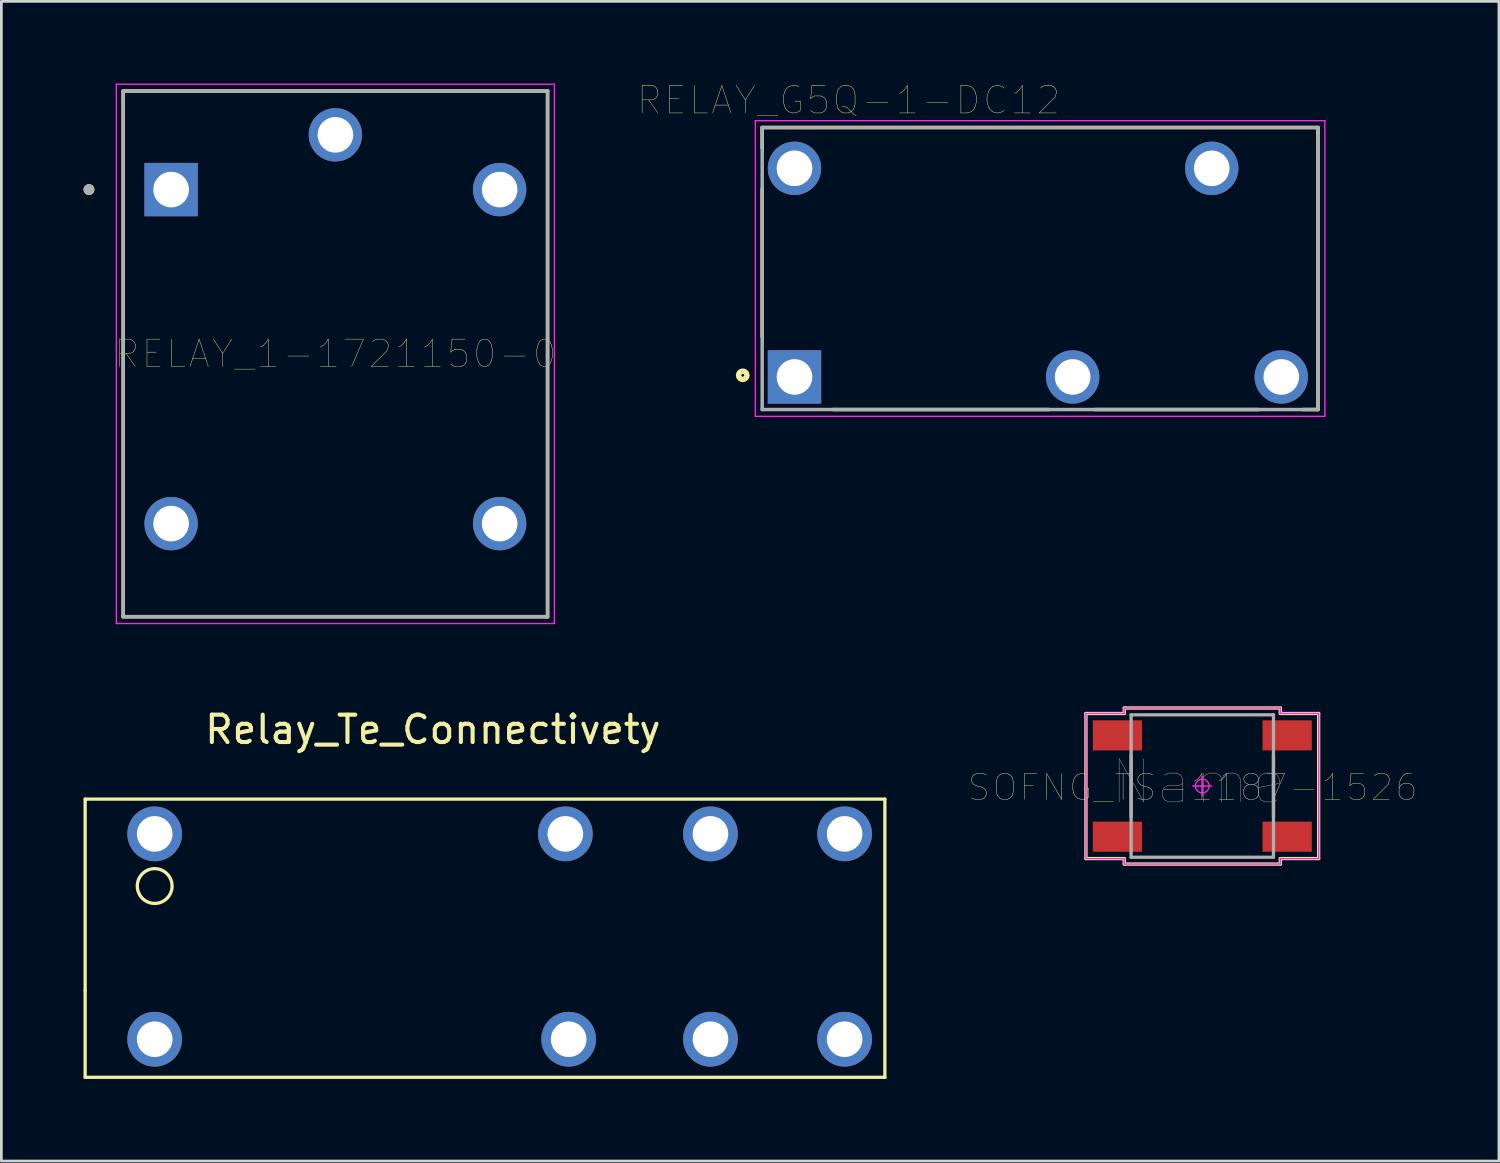
<source format=kicad_pcb>
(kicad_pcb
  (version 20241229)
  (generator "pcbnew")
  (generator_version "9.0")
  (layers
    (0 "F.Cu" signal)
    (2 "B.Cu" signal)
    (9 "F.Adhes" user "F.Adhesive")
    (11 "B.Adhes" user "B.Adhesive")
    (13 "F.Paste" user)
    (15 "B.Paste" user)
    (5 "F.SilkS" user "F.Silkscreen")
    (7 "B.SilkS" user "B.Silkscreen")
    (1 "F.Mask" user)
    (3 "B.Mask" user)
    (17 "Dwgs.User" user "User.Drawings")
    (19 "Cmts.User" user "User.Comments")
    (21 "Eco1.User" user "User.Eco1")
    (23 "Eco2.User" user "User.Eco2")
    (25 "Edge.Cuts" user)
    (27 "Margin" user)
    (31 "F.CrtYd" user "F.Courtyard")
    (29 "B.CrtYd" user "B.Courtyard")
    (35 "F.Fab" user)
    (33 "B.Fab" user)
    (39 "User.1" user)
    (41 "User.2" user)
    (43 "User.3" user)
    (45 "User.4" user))
  (footprint "RELAY_G5Q-1-DC12"
    (layer "F.Cu")
    (at 34.939 6.758)
    (property "Reference" "RELAY_G5Q-1-DC12" (at -6.996 -6.146 0) (layer "F.SilkS") (effects (font (size 1.002 1.002) (thickness 0.015))))
    (fp_line (start -10.15 -5.15) (end -10.15 -4.4) (stroke (width 0.127) (type solid)) (layer "F.SilkS"))
    (fp_line (start -10.15 -5.15) (end 10.15 -5.15) (stroke (width 0.127) (type solid)) (layer "F.SilkS"))
    (fp_line (start -10.15 -2.9) (end -10.15 2.5) (stroke (width 0.127) (type solid)) (layer "F.SilkS"))
    (fp_line (start 0.33 5.15) (end -7.56 5.15) (stroke (width 0.127) (type solid)) (layer "F.SilkS"))
    (fp_line (start 1.99 5.15) (end 7.99 5.15) (stroke (width 0.127) (type solid)) (layer "F.SilkS"))
    (fp_line (start 10.15 -5.15) (end 10.15 5.15) (stroke (width 0.127) (type solid)) (layer "F.SilkS"))
    (fp_line (start 10.15 5.15) (end 9.59 5.15) (stroke (width 0.127) (type solid)) (layer "F.SilkS"))
    (fp_circle (center -10.86 3.9) (end -10.71 3.9) (stroke (width 0.2) (type solid)) (fill no) (layer "F.SilkS"))
    (fp_line (start -10.4 -5.4) (end 10.4 -5.4) (stroke (width 0.05) (type solid)) (layer "F.CrtYd"))
    (fp_line (start -10.4 5.4) (end -10.4 -5.4) (stroke (width 0.05) (type solid)) (layer "F.CrtYd"))
    (fp_line (start 10.4 -5.4) (end 10.4 5.4) (stroke (width 0.05) (type solid)) (layer "F.CrtYd"))
    (fp_line (start 10.4 5.4) (end -10.4 5.4) (stroke (width 0.05) (type solid)) (layer "F.CrtYd"))
    (fp_line (start -10.15 -5.15) (end 10.15 -5.15) (stroke (width 0.127) (type solid)) (layer "F.Fab"))
    (fp_line (start -10.15 5.15) (end -10.15 -5.15) (stroke (width 0.127) (type solid)) (layer "F.Fab"))
    (fp_line (start 10.15 -5.15) (end 10.15 5.15) (stroke (width 0.127) (type solid)) (layer "F.Fab"))
    (fp_line (start 10.15 5.15) (end -10.15 5.15) (stroke (width 0.127) (type solid)) (layer "F.Fab"))
    (pad "1" thru_hole rect (at -8.97 3.96) (size 1.95 1.95) (drill 1.3) (layers "*.Cu" "*.Mask"))
    (pad "2" thru_hole circle (at -8.97 -3.66) (size 1.95 1.95) (drill 1.3) (layers "*.Cu" "*.Mask"))
    (pad "3" thru_hole circle (at 6.27 -3.66) (size 1.95 1.95) (drill 1.3) (layers "*.Cu" "*.Mask"))
    (pad "4" thru_hole circle (at 1.19 3.96) (size 1.95 1.95) (drill 1.3) (layers "*.Cu" "*.Mask"))
    (pad "5" thru_hole circle (at 8.81 3.96) (size 1.95 1.95) (drill 1.3) (layers "*.Cu" "*.Mask")))
  (footprint "RELAY_1-1721150-0"
    (layer "F.Cu")
    (at 9.2 9.875)
    (property "Reference" "RELAY_1-1721150-0" (at 0 0 0) (layer "F.SilkS") (effects (font (size 1 1) (thickness 0.015))))
    (fp_line (start -7.75 -9.6) (end 7.75 -9.6) (stroke (width 0.127) (type solid)) (layer "F.SilkS"))
    (fp_line (start -7.75 9.6) (end -7.75 -9.6) (stroke (width 0.127) (type solid)) (layer "F.SilkS"))
    (fp_line (start 7.75 -9.6) (end 7.75 9.6) (stroke (width 0.127) (type solid)) (layer "F.SilkS"))
    (fp_line (start 7.75 9.6) (end -7.75 9.6) (stroke (width 0.127) (type solid)) (layer "F.SilkS"))
    (fp_circle (center -9 -6) (end -8.9 -6) (stroke (width 0.2) (type solid)) (fill no) (layer "F.SilkS"))
    (fp_line (start -8 -9.85) (end 8 -9.85) (stroke (width 0.05) (type solid)) (layer "F.CrtYd"))
    (fp_line (start -8 9.85) (end -8 -9.85) (stroke (width 0.05) (type solid)) (layer "F.CrtYd"))
    (fp_line (start 8 -9.85) (end 8 9.85) (stroke (width 0.05) (type solid)) (layer "F.CrtYd"))
    (fp_line (start 8 9.85) (end -8 9.85) (stroke (width 0.05) (type solid)) (layer "F.CrtYd"))
    (fp_line (start -7.75 -9.6) (end 7.75 -9.6) (stroke (width 0.127) (type solid)) (layer "F.Fab"))
    (fp_line (start -7.75 9.6) (end -7.75 -9.6) (stroke (width 0.127) (type solid)) (layer "F.Fab"))
    (fp_line (start 7.75 -9.6) (end 7.75 9.6) (stroke (width 0.127) (type solid)) (layer "F.Fab"))
    (fp_line (start 7.75 9.6) (end -7.75 9.6) (stroke (width 0.127) (type solid)) (layer "F.Fab"))
    (fp_circle (center -9 -6) (end -8.9 -6) (stroke (width 0.2) (type solid)) (fill no) (layer "F.Fab"))
    (pad "1" thru_hole circle (at -6 6.2) (size 1.95 1.95) (drill 1.3) (layers "*.Cu" "*.Mask"))
    (pad "2" thru_hole circle (at 6 6.2) (size 1.95 1.95) (drill 1.3) (layers "*.Cu" "*.Mask"))
    (pad "3" thru_hole circle (at 0 -8) (size 1.95 1.95) (drill 1.3) (layers "*.Cu" "*.Mask"))
    (pad "4" thru_hole circle (at 6 -6) (size 1.95 1.95) (drill 1.3) (layers "*.Cu" "*.Mask"))
    (pad "5" thru_hole rect (at -6 -6) (size 1.95 1.95) (drill 1.3) (layers "*.Cu" "*.Mask")))
  (footprint "SOFNG_TS-1187-1526"
    (layer "F.Cu")
    (at 40.864 25.66)
    (property "Reference" "SOFNG_TS-1187-1526" (at -0.35 0.05 0) (layer "F.SilkS") (effects (font (size 0.945 0.945) (thickness 0.015))))
    (fp_line (start -4.25 -2.65) (end -2.85 -2.65) (stroke (width 0.12) (type solid)) (layer "F.SilkS"))
    (fp_line (start -4.25 2.65) (end -4.25 -2.65) (stroke (width 0.12) (type solid)) (layer "F.SilkS"))
    (fp_line (start -2.85 -2.85) (end 2.85 -2.85) (stroke (width 0.12) (type solid)) (layer "F.SilkS"))
    (fp_line (start -2.85 -2.65) (end -2.85 -2.85) (stroke (width 0.12) (type solid)) (layer "F.SilkS"))
    (fp_line (start -2.85 2.65) (end -4.25 2.65) (stroke (width 0.12) (type solid)) (layer "F.SilkS"))
    (fp_line (start -2.85 2.85) (end -2.85 2.65) (stroke (width 0.12) (type solid)) (layer "F.SilkS"))
    (fp_line (start 2.85 -2.85) (end 2.85 -2.65) (stroke (width 0.12) (type solid)) (layer "F.SilkS"))
    (fp_line (start 2.85 -2.65) (end 4.25 -2.65) (stroke (width 0.12) (type solid)) (layer "F.SilkS"))
    (fp_line (start 2.85 2.65) (end 2.85 2.85) (stroke (width 0.12) (type solid)) (layer "F.SilkS"))
    (fp_line (start 2.85 2.85) (end -2.85 2.85) (stroke (width 0.12) (type solid)) (layer "F.SilkS"))
    (fp_line (start 4.25 -2.65) (end 4.25 2.65) (stroke (width 0.12) (type solid)) (layer "F.SilkS"))
    (fp_line (start 4.25 2.65) (end 2.85 2.65) (stroke (width 0.12) (type solid)) (layer "F.SilkS"))
    (fp_line (start -4.25 -2.65) (end -4.25 2.65) (stroke (width 0.05) (type solid)) (layer "F.CrtYd"))
    (fp_line (start -4.25 2.65) (end -2.85 2.65) (stroke (width 0.05) (type solid)) (layer "F.CrtYd"))
    (fp_line (start -2.85 -2.85) (end -2.85 -2.65) (stroke (width 0.05) (type solid)) (layer "F.CrtYd"))
    (fp_line (start -2.85 -2.65) (end -4.25 -2.65) (stroke (width 0.05) (type solid)) (layer "F.CrtYd"))
    (fp_line (start -2.85 2.65) (end -2.85 2.85) (stroke (width 0.05) (type solid)) (layer "F.CrtYd"))
    (fp_line (start -2.85 2.85) (end 2.85 2.85) (stroke (width 0.05) (type solid)) (layer "F.CrtYd"))
    (fp_line (start 0 -0.35) (end 0 0.35) (stroke (width 0.05) (type solid)) (layer "F.CrtYd"))
    (fp_line (start 0.35 0) (end -0.35 0) (stroke (width 0.05) (type solid)) (layer "F.CrtYd"))
    (fp_line (start 2.85 -2.85) (end -2.85 -2.85) (stroke (width 0.05) (type solid)) (layer "F.CrtYd"))
    (fp_line (start 2.85 -2.65) (end 2.85 -2.85) (stroke (width 0.05) (type solid)) (layer "F.CrtYd"))
    (fp_line (start 2.85 2.65) (end 4.25 2.65) (stroke (width 0.05) (type solid)) (layer "F.CrtYd"))
    (fp_line (start 2.85 2.85) (end 2.85 2.65) (stroke (width 0.05) (type solid)) (layer "F.CrtYd"))
    (fp_line (start 4.25 -2.65) (end 2.85 -2.65) (stroke (width 0.05) (type solid)) (layer "F.CrtYd"))
    (fp_line (start 4.25 2.65) (end 4.25 -2.65) (stroke (width 0.05) (type solid)) (layer "F.CrtYd"))
    (fp_circle (center 0 0) (end 0.25 0) (stroke (width 0.05) (type solid)) (fill no) (layer "F.CrtYd"))
    (fp_line (start -2.6 -2.6) (end 2.6 -2.6) (stroke (width 0.12) (type solid)) (layer "F.Fab"))
    (fp_line (start -2.6 -1.12) (end -2.6 -2.6) (stroke (width 0.025) (type solid)) (layer "F.Fab"))
    (fp_line (start -2.6 1.12) (end -2.6 -1.12) (stroke (width 0.12) (type solid)) (layer "F.Fab"))
    (fp_line (start -2.6 2.6) (end -2.6 -2.6) (stroke (width 0.12) (type solid)) (layer "F.Fab"))
    (fp_line (start -2.6 2.6) (end -2.6 1.12) (stroke (width 0.025) (type solid)) (layer "F.Fab"))
    (fp_line (start 2.6 -2.6) (end 2.6 -1.12) (stroke (width 0.025) (type solid)) (layer "F.Fab"))
    (fp_line (start 2.6 -2.6) (end 2.6 2.6) (stroke (width 0.12) (type solid)) (layer "F.Fab"))
    (fp_line (start 2.6 1.12) (end 2.6 -1.12) (stroke (width 0.12) (type solid)) (layer "F.Fab"))
    (fp_line (start 2.6 1.12) (end 2.6 2.6) (stroke (width 0.025) (type solid)) (layer "F.Fab"))
    (fp_line (start 2.6 2.6) (end -2.6 2.6) (stroke (width 0.12) (type solid)) (layer "F.Fab"))
    (fp_text user "Name" (at -0.15 -0.15 0) (layer "F.Fab") (effects (font (size 1.575 1.575) (thickness 0.015))))
    (pad "1" smd rect (at -3.1 -1.85) (size 1.8 1.1) (layers "F.Cu" "F.Mask" "F.Paste"))
    (pad "1" smd rect (at 3.1 -1.85) (size 1.8 1.1) (layers "F.Cu" "F.Mask" "F.Paste"))
    (pad "2" smd rect (at -3.1 1.85) (size 1.8 1.1) (layers "F.Cu" "F.Mask" "F.Paste"))
    (pad "2" smd rect (at 3.1 1.85) (size 1.8 1.1) (layers "F.Cu" "F.Mask" "F.Paste")))
  (footprint "Relay_Te_Connectivety"
    (layer "F.Cu")
    (at 2.6 27.408)
    (property "Reference" "Relay_Te_Connectivety" (at 10.16 -3.81 0) (layer "F.SilkS") (effects (font (size 1 1) (thickness 0.15))))
    (attr through_hole)
    (fp_line (start -2.54 -1.27) (end 26.67 -1.27) (stroke (width 0.12) (type solid)) (layer "F.SilkS"))
    (fp_line (start -2.54 5.715) (end -2.54 -1.27) (stroke (width 0.12) (type solid)) (layer "F.SilkS"))
    (fp_line (start -2.54 8.89) (end -2.54 5.715) (stroke (width 0.12) (type solid)) (layer "F.SilkS"))
    (fp_line (start 26.67 -1.27) (end 26.67 8.89) (stroke (width 0.12) (type solid)) (layer "F.SilkS"))
    (fp_line (start 26.67 8.89) (end -2.54 8.89) (stroke (width 0.12) (type solid)) (layer "F.SilkS"))
    (fp_circle (center 0 1.905) (end 0.635 1.905) (stroke (width 0.12) (type solid)) (fill no) (layer "F.SilkS"))
    (pad "1" thru_hole circle (at 0 0) (size 2 2) (drill 1.3) (layers "*.Cu" "*.Mask"))
    (pad "2" thru_hole circle (at 0 7.5) (size 2 2) (drill 1.3) (layers "*.Cu" "*.Mask"))
    (pad "3" thru_hole circle (at 20.3 0) (size 2 2) (drill 1.3) (layers "*.Cu" "*.Mask"))
    (pad "4" thru_hole circle (at 15 0) (size 2 2) (drill 1.3) (layers "*.Cu" "*.Mask"))
    (pad "5" thru_hole circle (at 25.2 0) (size 2 2) (drill 1.3) (layers "*.Cu" "*.Mask"))
    (pad "6" thru_hole circle (at 15.12 7.5) (size 2 2) (drill 1.3) (layers "*.Cu" "*.Mask"))
    (pad "7" thru_hole circle (at 25.2 7.5) (size 2 2) (drill 1.3) (layers "*.Cu" "*.Mask"))
    (pad "8" thru_hole circle (at 20.3 7.5) (size 2 2) (drill 1.3) (layers "*.Cu" "*.Mask")))
  (gr_rect
    (start -3 -3)
    (end 51.699 39.358)
    (stroke (width 0.1) (type default))
    (fill no)
    (layer "Edge.Cuts")))
</source>
